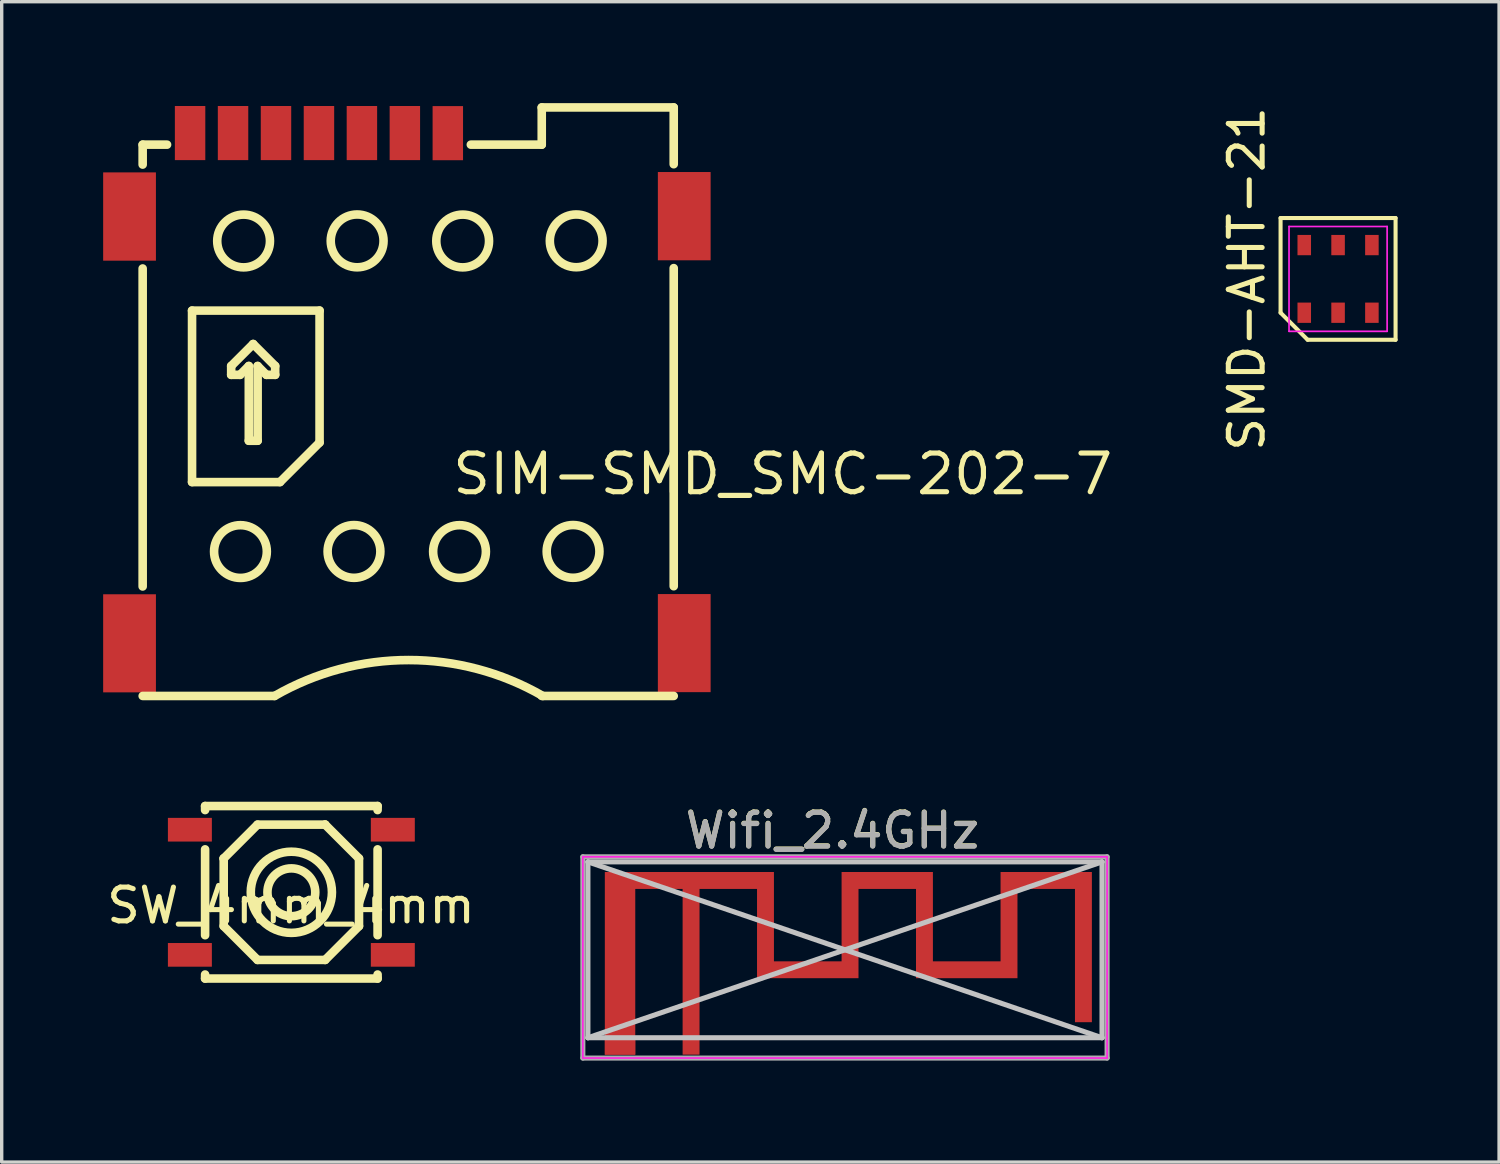
<source format=kicad_pcb>
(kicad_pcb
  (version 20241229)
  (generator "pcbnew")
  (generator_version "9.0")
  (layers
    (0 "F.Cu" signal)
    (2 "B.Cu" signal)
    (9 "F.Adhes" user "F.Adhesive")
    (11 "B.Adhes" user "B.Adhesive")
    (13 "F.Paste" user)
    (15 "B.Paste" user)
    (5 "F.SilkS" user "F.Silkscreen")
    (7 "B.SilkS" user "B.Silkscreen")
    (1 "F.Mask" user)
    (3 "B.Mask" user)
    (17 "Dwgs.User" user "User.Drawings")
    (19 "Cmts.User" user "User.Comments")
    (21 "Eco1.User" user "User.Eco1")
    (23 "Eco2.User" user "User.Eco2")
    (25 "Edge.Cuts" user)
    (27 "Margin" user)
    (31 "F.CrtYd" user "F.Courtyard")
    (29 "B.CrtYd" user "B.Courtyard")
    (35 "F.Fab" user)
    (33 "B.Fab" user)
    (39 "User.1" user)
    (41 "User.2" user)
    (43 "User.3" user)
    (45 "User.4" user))
  (footprint "SW_4mm_4mm"
    (layer "F.Cu")
    (at 5.554 23.222)
    (property "Reference" "SW_4mm_4mm" (at 0 0.5 0) (layer "F.SilkS") (effects (font (size 1 1) (thickness 0.15))))
    (attr through_hole)
    (fp_line (start -2.54 -2.441) (end -2.54 -2.322) (stroke (width 0.254) (type solid)) (layer "F.SilkS"))
    (fp_line (start -2.54 -2.441) (end 2.56 -2.441) (stroke (width 0.254) (type solid)) (layer "F.SilkS"))
    (fp_line (start -2.54 -1.16) (end -2.54 1.378) (stroke (width 0.254) (type solid)) (layer "F.SilkS"))
    (fp_line (start -2.54 2.54) (end -2.54 2.659) (stroke (width 0.254) (type solid)) (layer "F.SilkS"))
    (fp_line (start -1.99 -0.891) (end -1.99 -0.891) (stroke (width 0.254) (type solid)) (layer "F.SilkS"))
    (fp_line (start -1.99 -0.891) (end -0.99 -1.891) (stroke (width 0.254) (type solid)) (layer "F.SilkS"))
    (fp_line (start -1.99 1.109) (end -1.99 -0.891) (stroke (width 0.254) (type solid)) (layer "F.SilkS"))
    (fp_line (start -0.99 -1.891) (end 1.01 -1.891) (stroke (width 0.254) (type solid)) (layer "F.SilkS"))
    (fp_line (start -0.99 2.109) (end -1.99 1.109) (stroke (width 0.254) (type solid)) (layer "F.SilkS"))
    (fp_line (start 1.01 -1.891) (end 1.01 -1.891) (stroke (width 0.254) (type solid)) (layer "F.SilkS"))
    (fp_line (start 1.01 -1.891) (end 2.01 -0.891) (stroke (width 0.254) (type solid)) (layer "F.SilkS"))
    (fp_line (start 1.01 2.109) (end -0.99 2.109) (stroke (width 0.254) (type solid)) (layer "F.SilkS"))
    (fp_line (start 2.01 -0.891) (end 2.01 1.109) (stroke (width 0.254) (type solid)) (layer "F.SilkS"))
    (fp_line (start 2.01 1.109) (end 1.01 2.109) (stroke (width 0.254) (type solid)) (layer "F.SilkS"))
    (fp_line (start 2.56 -2.441) (end 2.56 -2.322) (stroke (width 0.254) (type solid)) (layer "F.SilkS"))
    (fp_line (start 2.56 -1.16) (end 2.56 1.378) (stroke (width 0.254) (type solid)) (layer "F.SilkS"))
    (fp_line (start 2.56 2.54) (end 2.56 2.659) (stroke (width 0.254) (type solid)) (layer "F.SilkS"))
    (fp_line (start 2.56 2.659) (end -2.54 2.659) (stroke (width 0.254) (type solid)) (layer "F.SilkS"))
    (fp_circle (center 0.01 0.109) (end 0.717 0.109) (stroke (width 0.254) (type solid)) (fill no) (layer "F.SilkS"))
    (fp_circle (center 0.01 0.109) (end 1.21 0.109) (stroke (width 0.254) (type solid)) (fill no) (layer "F.SilkS"))
    (pad "1" smd rect (at -2.99 -1.741) (size 1.3 0.7) (layers "F.Cu" "F.Mask" "F.Paste"))
    (pad "1" smd rect (at 3.01 -1.741) (size 1.3 0.7) (layers "F.Cu" "F.Mask" "F.Paste"))
    (pad "2" smd rect (at -2.99 1.959) (size 1.3 0.7) (layers "F.Cu" "F.Mask" "F.Paste"))
    (pad "2" smd rect (at 3.01 1.959) (size 1.3 0.7) (layers "F.Cu" "F.Mask" "F.Paste")))
  (footprint "SMD-AHT-21"
    (layer "F.Cu")
    (at 36.511 5.196)
    (property "Reference" "SMD-AHT-21" (at -2.7 0 90) (layer "F.SilkS") (effects (font (size 1 1) (thickness 0.15))))
    (attr smd)
    (fp_line (start -1.7 -1.8) (end 1.7 -1.8) (stroke (width 0.12) (type solid)) (layer "F.SilkS"))
    (fp_line (start -1.7 1) (end -1.7 -1.8) (stroke (width 0.12) (type solid)) (layer "F.SilkS"))
    (fp_line (start -0.9 1.8) (end -1.7 1) (stroke (width 0.12) (type solid)) (layer "F.SilkS"))
    (fp_line (start 1.7 -1.8) (end 1.7 1.8) (stroke (width 0.12) (type solid)) (layer "F.SilkS"))
    (fp_line (start 1.7 1.8) (end -0.9 1.8) (stroke (width 0.12) (type solid)) (layer "F.SilkS"))
    (fp_line (start -1.45 -1.55) (end 1.45 -1.55) (stroke (width 0.05) (type solid)) (layer "F.CrtYd"))
    (fp_line (start -1.45 1.55) (end -1.45 -1.55) (stroke (width 0.05) (type solid)) (layer "F.CrtYd"))
    (fp_line (start 1.45 -1.55) (end 1.45 1.55) (stroke (width 0.05) (type solid)) (layer "F.CrtYd"))
    (fp_line (start 1.45 1.55) (end -1.45 1.55) (stroke (width 0.05) (type solid)) (layer "F.CrtYd"))
    (pad "1" smd rect (at -1 1) (size 0.4 0.6) (layers "F.Cu" "F.Mask" "F.Paste"))
    (pad "2" smd rect (at 0 1) (size 0.4 0.6) (layers "F.Cu" "F.Mask" "F.Paste"))
    (pad "3" smd rect (at 1 1) (size 0.4 0.6) (layers "F.Cu" "F.Mask" "F.Paste"))
    (pad "4" smd rect (at 1 -1) (size 0.4 0.6) (layers "F.Cu" "F.Mask" "F.Paste"))
    (pad "5" smd rect (at 0 -1) (size 0.4 0.6) (layers "F.Cu" "F.Mask" "F.Paste"))
    (pad "6" smd rect (at -1 -1) (size 0.4 0.6) (layers "F.Cu" "F.Mask" "F.Paste")))
  (footprint "Wifi_2.4GHz"
    (layer "F.Cu")
    (at 26.112 27.912)
    (property "Reference" "Wifi_2.4GHz" (at -4.55 -6.41 0) (layer "F.SilkS") (effects (font (size 1 1) (thickness 0.15))))
    (attr exclude_from_pos_files exclude_from_bom)
    (fp_poly (pts (xy -6.28 -2.54) (xy -4.28 -2.54) (xy -4.28 -5.18) (xy -1.58 -5.18) (xy -1.58 -2.54) (xy 0.42 -2.54) (xy 0.42 -5.18) (xy 3.12 -5.18) (xy 3.12 -0.74) (xy 2.62 -0.74) (xy 2.62 -4.68) (xy 0.92 -4.68) (xy 0.92 -2.04) (xy -2.08 -2.04) (xy -2.08 -4.68) (xy -3.78 -4.68) (xy -3.78 -2.04) (xy -6.78 -2.04) (xy -6.78 -4.68) (xy -8.48 -4.68) (xy -8.48 0.22) (xy -8.98 0.22) (xy -8.98 -4.68) (xy -10.38 -4.68) (xy -10.38 0.22) (xy -11.28 0.22) (xy -11.28 -0.023) (xy -10.978 -0.023) (xy -10.968 0.024) (xy -10.944 0.067) (xy -10.906 0.1) (xy -10.898 0.104) (xy -10.855 0.116) (xy -10.807 0.115) (xy -10.761 0.102) (xy -10.743 0.092) (xy -10.709 0.057) (xy -10.688 0.011) (xy -10.682 -0.038) (xy -10.69 -0.086) (xy -10.707 -0.119) (xy -10.742 -0.151) (xy -10.788 -0.171) (xy -10.837 -0.178) (xy -10.885 -0.17) (xy -10.918 -0.153) (xy -10.953 -0.116) (xy -10.973 -0.072) (xy -10.978 -0.023) (xy -11.28 -0.023) (xy -11.28 -5.18) (xy -6.28 -5.18) (xy -6.28 -2.54)) (stroke (width 0) (type solid)) (fill yes) (layer "F.Cu"))
    (fp_line (start -11.78 -5.48) (end 3.42 -5.48) (stroke (width 0.15) (type solid)) (layer "Dwgs.User"))
    (fp_line (start -11.78 -5.48) (end 3.42 -0.28) (stroke (width 0.15) (type solid)) (layer "Dwgs.User"))
    (fp_line (start -11.78 -0.28) (end -11.78 -5.48) (stroke (width 0.15) (type solid)) (layer "Dwgs.User"))
    (fp_line (start -11.78 -0.28) (end 3.42 -5.48) (stroke (width 0.15) (type solid)) (layer "Dwgs.User"))
    (fp_line (start -11.78 -0.28) (end 3.42 -0.28) (stroke (width 0.15) (type solid)) (layer "Dwgs.User"))
    (fp_line (start 3.42 -0.28) (end 3.42 -5.48) (stroke (width 0.15) (type solid)) (layer "Dwgs.User"))
    (fp_line (start -11.93 -5.63) (end 3.57 -5.63) (stroke (width 0.05) (type solid)) (layer "F.CrtYd"))
    (fp_line (start -11.93 0.32) (end -11.93 -5.63) (stroke (width 0.05) (type solid)) (layer "F.CrtYd"))
    (fp_line (start 3.57 -5.63) (end 3.57 0.32) (stroke (width 0.05) (type solid)) (layer "F.CrtYd"))
    (fp_line (start 3.57 0.32) (end -11.93 0.32) (stroke (width 0.05) (type solid)) (layer "F.CrtYd"))
    (fp_line (start -11.93 -5.63) (end 3.57 -5.63) (stroke (width 0.15) (type solid)) (layer "F.Fab"))
    (fp_line (start -11.93 0.32) (end -11.93 -5.63) (stroke (width 0.15) (type solid)) (layer "F.Fab"))
    (fp_line (start 3.57 -5.63) (end 3.57 0.32) (stroke (width 0.15) (type solid)) (layer "F.Fab"))
    (fp_line (start 3.57 0.32) (end -11.93 0.32) (stroke (width 0.15) (type solid)) (layer "F.Fab"))
    (fp_text user "${REFERENCE}" (at -4.55 -6.4 0) (layer "F.Fab") (effects (font (size 1 1) (thickness 0.15))))
    (pad "1" smd rect (at -10.83 -0.03) (size 0.9 0.5) (layers "F.Cu" "F.Mask" "F.Paste")))
  (footprint "SIM-SMD_SMC-202-7"
    (layer "F.Cu")
    (at 8.98 8.427)
    (property "Reference" "SIM-SMD_SMC-202-7" (at 1.27 2.54 0) (layer "F.SilkS") (effects (font (size 1.143 1.143) (thickness 0.152)) (justify left)))
    (attr smd)
    (fp_line (start -7.812 -7.2) (end -7.812 -6.611) (stroke (width 0.254) (type solid)) (layer "F.SilkS"))
    (fp_line (start -7.812 -7.2) (end -7.091 -7.2) (stroke (width 0.254) (type solid)) (layer "F.SilkS"))
    (fp_line (start -7.812 -3.539) (end -7.812 5.862) (stroke (width 0.254) (type solid)) (layer "F.SilkS"))
    (fp_line (start -7.811 9.099) (end -3.912 9.099) (stroke (width 0.254) (type solid)) (layer "F.SilkS"))
    (fp_line (start -6.352 -2.294) (end -2.582 -2.294) (stroke (width 0.254) (type solid)) (layer "F.SilkS"))
    (fp_line (start -6.352 2.776) (end -6.352 -2.294) (stroke (width 0.254) (type solid)) (layer "F.SilkS"))
    (fp_line (start -5.195 -0.656) (end -5.195 -0.395) (stroke (width 0.254) (type solid)) (layer "F.SilkS"))
    (fp_line (start -5.195 -0.395) (end -4.933 -0.395) (stroke (width 0.254) (type solid)) (layer "F.SilkS"))
    (fp_line (start -4.933 -0.395) (end -4.674 -0.656) (stroke (width 0.254) (type solid)) (layer "F.SilkS"))
    (fp_line (start -4.674 -0.656) (end -4.674 1.554) (stroke (width 0.254) (type solid)) (layer "F.SilkS"))
    (fp_line (start -4.674 1.554) (end -4.413 1.554) (stroke (width 0.254) (type solid)) (layer "F.SilkS"))
    (fp_line (start -4.545 -1.306) (end -5.195 -0.656) (stroke (width 0.254) (type solid)) (layer "F.SilkS"))
    (fp_line (start -4.413 -0.656) (end -4.154 -0.395) (stroke (width 0.254) (type solid)) (layer "F.SilkS"))
    (fp_line (start -4.413 1.554) (end -4.413 -0.656) (stroke (width 0.254) (type solid)) (layer "F.SilkS"))
    (fp_line (start -4.154 -0.395) (end -3.894 -0.395) (stroke (width 0.254) (type solid)) (layer "F.SilkS"))
    (fp_line (start -3.894 -0.656) (end -4.545 -1.306) (stroke (width 0.254) (type solid)) (layer "F.SilkS"))
    (fp_line (start -3.894 -0.395) (end -3.894 -0.656) (stroke (width 0.254) (type solid)) (layer "F.SilkS"))
    (fp_line (start -3.752 2.776) (end -6.352 2.776) (stroke (width 0.254) (type solid)) (layer "F.SilkS"))
    (fp_line (start -2.582 -2.294) (end -2.582 1.606) (stroke (width 0.254) (type solid)) (layer "F.SilkS"))
    (fp_line (start -2.582 1.606) (end -3.752 2.776) (stroke (width 0.254) (type solid)) (layer "F.SilkS"))
    (fp_line (start 1.891 -7.2) (end 3.987 -7.2) (stroke (width 0.254) (type solid)) (layer "F.SilkS"))
    (fp_line (start 3.987 -8.3) (end 3.987 -7.2) (stroke (width 0.254) (type solid)) (layer "F.SilkS"))
    (fp_line (start 3.987 9.099) (end 7.889 9.099) (stroke (width 0.254) (type solid)) (layer "F.SilkS"))
    (fp_line (start 7.889 -8.3) (end 3.987 -8.3) (stroke (width 0.254) (type solid)) (layer "F.SilkS"))
    (fp_line (start 7.889 -8.3) (end 7.889 -6.622) (stroke (width 0.254) (type solid)) (layer "F.SilkS"))
    (fp_line (start 7.889 -3.55) (end 7.889 5.855) (stroke (width 0.254) (type solid)) (layer "F.SilkS"))
    (fp_arc (start -3.912 9.1) (mid 0.053117 8.038039) (end 4.018203 9.100117) (stroke (width 0.254) (type solid)) (layer "F.SilkS"))
    (fp_circle (center -4.921 4.83) (end -4.141 4.83) (stroke (width 0.254) (type solid)) (fill no) (layer "F.SilkS"))
    (fp_circle (center -4.828 -4.352) (end -4.048 -4.352) (stroke (width 0.254) (type solid)) (fill no) (layer "F.SilkS"))
    (fp_circle (center -1.564 4.827) (end -0.784 4.827) (stroke (width 0.254) (type solid)) (fill no) (layer "F.SilkS"))
    (fp_circle (center -1.471 -4.355) (end -0.69 -4.355) (stroke (width 0.254) (type solid)) (fill no) (layer "F.SilkS"))
    (fp_circle (center 1.556 4.83) (end 2.336 4.83) (stroke (width 0.254) (type solid)) (fill no) (layer "F.SilkS"))
    (fp_circle (center 1.649 -4.352) (end 2.429 -4.352) (stroke (width 0.254) (type solid)) (fill no) (layer "F.SilkS"))
    (fp_circle (center 4.913 4.826) (end 5.693 4.826) (stroke (width 0.254) (type solid)) (fill no) (layer "F.SilkS"))
    (fp_circle (center 5.006 -4.356) (end 5.786 -4.356) (stroke (width 0.254) (type solid)) (fill no) (layer "F.SilkS"))
    (pad "7" smd rect (at -8.2 -5.075 270) (size 2.61 1.56) (layers "F.Cu" "F.Mask" "F.Paste"))
    (pad "8" smd rect (at -8.2 7.543 270) (size 2.9 1.56) (layers "F.Cu" "F.Mask" "F.Paste"))
    (pad "9" smd rect (at 8.2 7.537 270) (size 2.9 1.56) (layers "F.Cu" "F.Mask" "F.Paste"))
    (pad "10" smd rect (at 8.2 -5.086 270) (size 2.61 1.56) (layers "F.Cu" "F.Mask" "F.Paste"))
    (pad "C1" smd rect (at -5.14 -7.543) (size 0.9 1.6) (layers "F.Cu" "F.Mask" "F.Paste"))
    (pad "C2" smd rect (at -2.6 -7.543) (size 0.9 1.6) (layers "F.Cu" "F.Mask" "F.Paste"))
    (pad "C3" smd rect (at -0.06 -7.543) (size 0.9 1.6) (layers "F.Cu" "F.Mask" "F.Paste"))
    (pad "C5" smd rect (at -6.41 -7.543) (size 0.9 1.6) (layers "F.Cu" "F.Mask" "F.Paste"))
    (pad "C6" smd rect (at -3.87 -7.543) (size 0.9 1.6) (layers "F.Cu" "F.Mask" "F.Paste"))
    (pad "C7" smd rect (at -1.33 -7.543) (size 0.9 1.6) (layers "F.Cu" "F.Mask" "F.Paste"))
    (pad "CD" smd rect (at 1.21 -7.54) (size 0.9 1.6) (layers "F.Cu" "F.Mask" "F.Paste")))
  (gr_rect
    (start -3 -3)
    (end 41.271 31.307)
    (stroke (width 0.1) (type default))
    (fill no)
    (layer "Edge.Cuts")))
</source>
